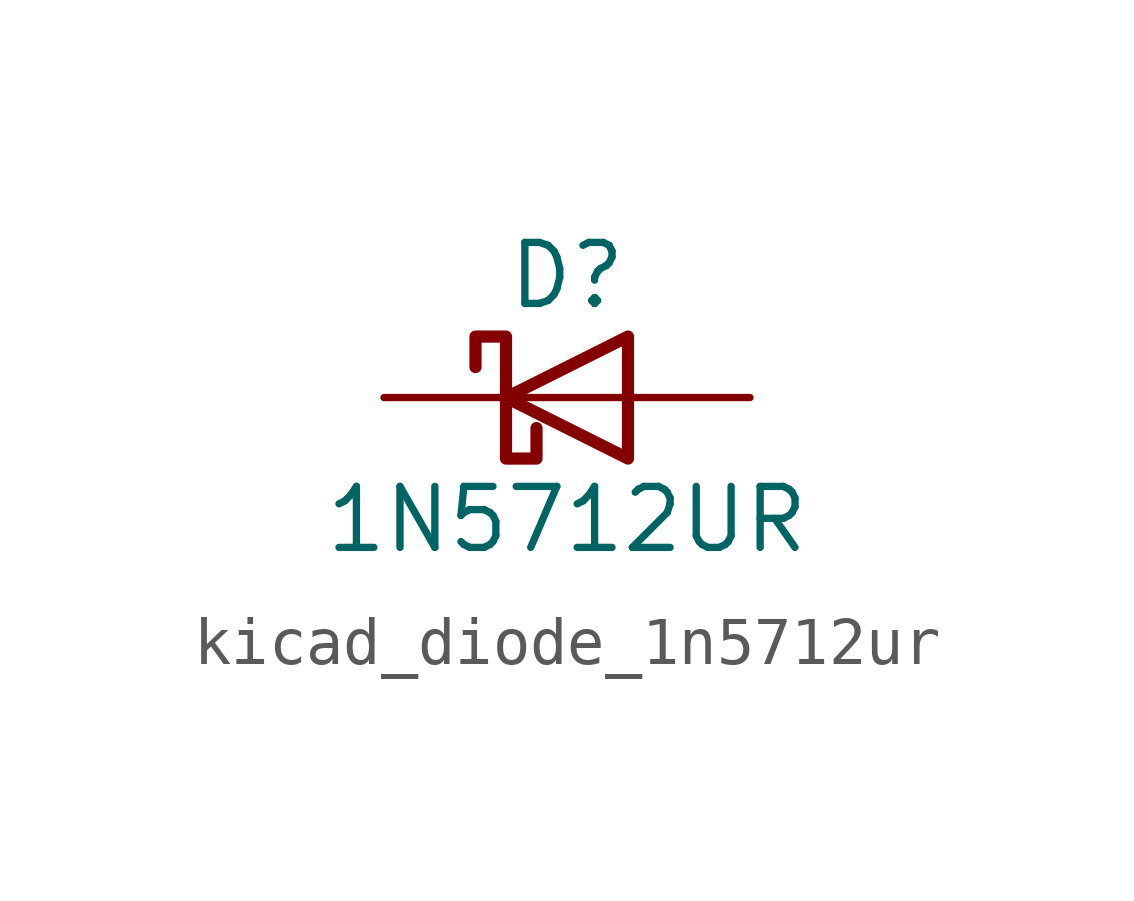
<source format=kicad_sym>
(kicad_symbol_lib
  (version 20220914)
  (generator kicad_symbol_editor)
  (symbol "kicad_diode_1n5712ur"
    (pin_numbers hide)
    (pin_names
      (offset 1.016) hide)
    (property "Reference" "D"
      (at 0 2.54 0)
      (effects (font (size 1.27 1.27))))
    (property "Value" "1N5712UR"
      (at 0 -2.54 0)
      (effects (font (size 1.27 1.27))))
    (symbol "kicad_diode_1n5712ur_0_1"
      (polyline (pts (xy 1.27 0) (xy -1.27 0)) (stroke (width 0) (type default)) (fill (type none)))
      (polyline (pts (xy 1.27 1.27) (xy 1.27 -1.27) (xy -1.27 0) (xy 1.27 1.27)) (stroke (width 0.254) (type default)) (fill (type none)))
      (polyline (pts (xy -1.905 0.635) (xy -1.905 1.27) (xy -1.27 1.27) (xy -1.27 -1.27) (xy -0.635 -1.27) (xy -0.635 -0.635)) (stroke (width 0.254) (type default)) (fill (type none))))
    (symbol "kicad_diode_1n5712ur_1_1"
      (pin passive line (at -3.81 0 0) (length 2.54) (name "K" (effects (font (size 1.27 1.27)))) (number "1" (effects (font (size 1.27 1.27)))))
      (pin passive line (at 3.81 0 180) (length 2.54) (name "A" (effects (font (size 1.27 1.27)))) (number "2" (effects (font (size 1.27 1.27))))))))
</source>
